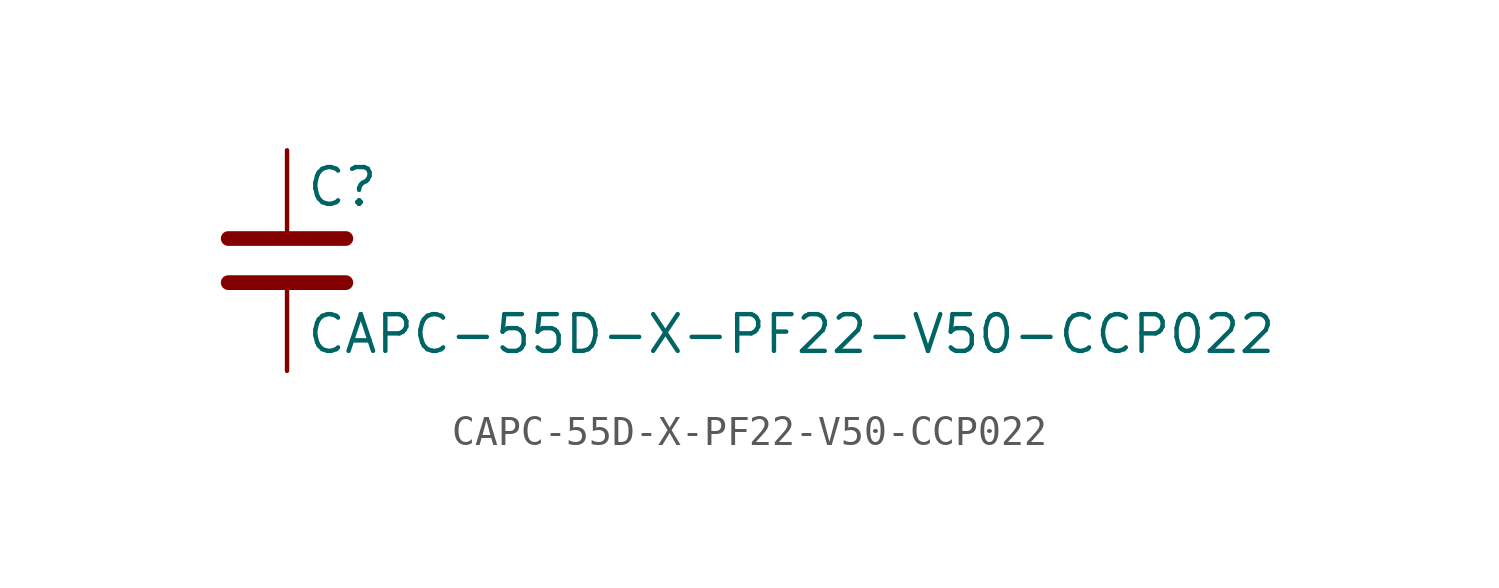
<source format=kicad_sym>
(kicad_symbol_lib
  (version 20211014)
  (generator kicad_symbol_editor)
  (symbol "CAPC-55D-X-PF22-V50-CCP022"
    (pin_numbers hide)
    (pin_names
      (offset 0.254))
    (property "Reference" "C"
      (at 0.635 2.54 0)
      (effects (font (size 1.27 1.27)) (justify left)))
    (property "Value" "CAPC-55D-X-PF22-V50-CCP022"
      (at 0.635 -2.54 0)
      (effects (font (size 1.27 1.27)) (justify left)))
    (symbol "CAPC-55D-X-PF22-V50-CCP022_0_1"
      (polyline (pts (xy -2.032 -0.762) (xy 2.032 -0.762)) (stroke (width 0.508) (type default) (color 0 0 0 0)) (fill (type none)))
      (polyline (pts (xy -2.032 0.762) (xy 2.032 0.762)) (stroke (width 0.508) (type default) (color 0 0 0 0)) (fill (type none))))
    (symbol "CAPC-55D-X-PF22-V50-CCP022_1_1"
      (pin passive line (at 0 3.81 270) (length 2.794) (name "~" (effects (font (size 1.27 1.27)))) (number "1" (effects (font (size 1.27 1.27)))))
      (pin passive line (at 0 -3.81 90) (length 2.794) (name "~" (effects (font (size 1.27 1.27)))) (number "2" (effects (font (size 1.27 1.27))))))))
</source>
